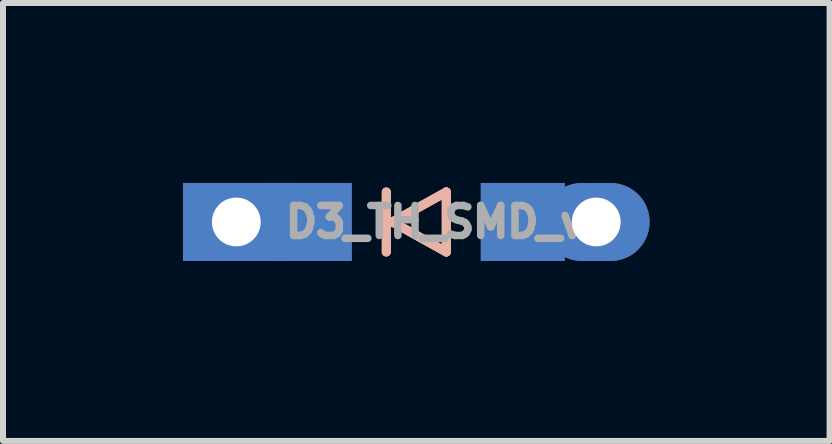
<source format=kicad_pcb>
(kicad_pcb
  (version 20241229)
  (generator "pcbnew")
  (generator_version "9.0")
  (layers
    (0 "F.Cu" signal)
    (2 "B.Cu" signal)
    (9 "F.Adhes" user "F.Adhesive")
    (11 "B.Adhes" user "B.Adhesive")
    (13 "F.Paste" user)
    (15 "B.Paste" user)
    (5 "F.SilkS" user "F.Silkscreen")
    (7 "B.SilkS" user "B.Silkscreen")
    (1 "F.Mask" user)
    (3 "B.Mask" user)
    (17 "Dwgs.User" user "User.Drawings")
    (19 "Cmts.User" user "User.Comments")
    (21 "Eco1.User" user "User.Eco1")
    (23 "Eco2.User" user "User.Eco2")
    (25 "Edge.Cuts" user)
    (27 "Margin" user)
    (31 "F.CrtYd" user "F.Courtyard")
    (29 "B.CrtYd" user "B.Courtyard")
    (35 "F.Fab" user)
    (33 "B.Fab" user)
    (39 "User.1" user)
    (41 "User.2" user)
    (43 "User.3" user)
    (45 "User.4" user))
  (footprint "D3_TH_SMD_v2"
    (layer "F.Cu")
    (at 3.889 0.65)
    (property "Reference" "D3_TH_SMD_v2" (at 0.55 0 180) (layer "F.Fab") (effects (font (size 0.5 0.5) (thickness 0.125))))
    (attr through_hole)
    (fp_line (start -0.5 -0.5) (end -0.5 0.5) (stroke (width 0.15) (type solid)) (layer "F.SilkS"))
    (fp_line (start -0.4 0) (end 0.5 -0.5) (stroke (width 0.15) (type solid)) (layer "F.SilkS"))
    (fp_line (start 0.5 -0.5) (end 0.5 0.5) (stroke (width 0.15) (type solid)) (layer "F.SilkS"))
    (fp_line (start 0.5 0.5) (end -0.4 0) (stroke (width 0.15) (type solid)) (layer "F.SilkS"))
    (fp_line (start -0.5 -0.5) (end -0.5 0.5) (stroke (width 0.15) (type solid)) (layer "B.SilkS"))
    (fp_line (start -0.4 0) (end 0.5 -0.5) (stroke (width 0.15) (type solid)) (layer "B.SilkS"))
    (fp_line (start 0.5 -0.5) (end 0.5 0.5) (stroke (width 0.15) (type solid)) (layer "B.SilkS"))
    (fp_line (start 0.5 0.5) (end -0.4 0) (stroke (width 0.15) (type solid)) (layer "B.SilkS"))
    (pad "1" thru_hole rect (at -3 0) (size 1.778 1.3) (drill 0.813) (layers "*.Cu" "B.Mask"))
    (pad "1" smd rect (at -1.775 0 180) (size 1.4 1.3) (layers "F.Cu" "F.Mask" "F.Paste"))
    (pad "1" smd rect (at -1.775 0 180) (size 1.4 1.3) (layers "B.Cu" "B.Mask" "B.Paste"))
    (pad "2" smd rect (at 1.775 0 180) (size 1.4 1.3) (layers "F.Cu" "F.Mask" "F.Paste"))
    (pad "2" smd rect (at 1.775 0 180) (size 1.4 1.3) (layers "B.Cu" "B.Mask" "B.Paste"))
    (pad "2" thru_hole oval (at 3 0) (size 1.778 1.3) (drill 0.813) (layers "*.Cu" "B.Mask")))
  (gr_rect
    (start -3 -3)
    (end 10.778 4.3)
    (stroke (width 0.1) (type default))
    (fill no)
    (layer "Edge.Cuts")))
</source>
